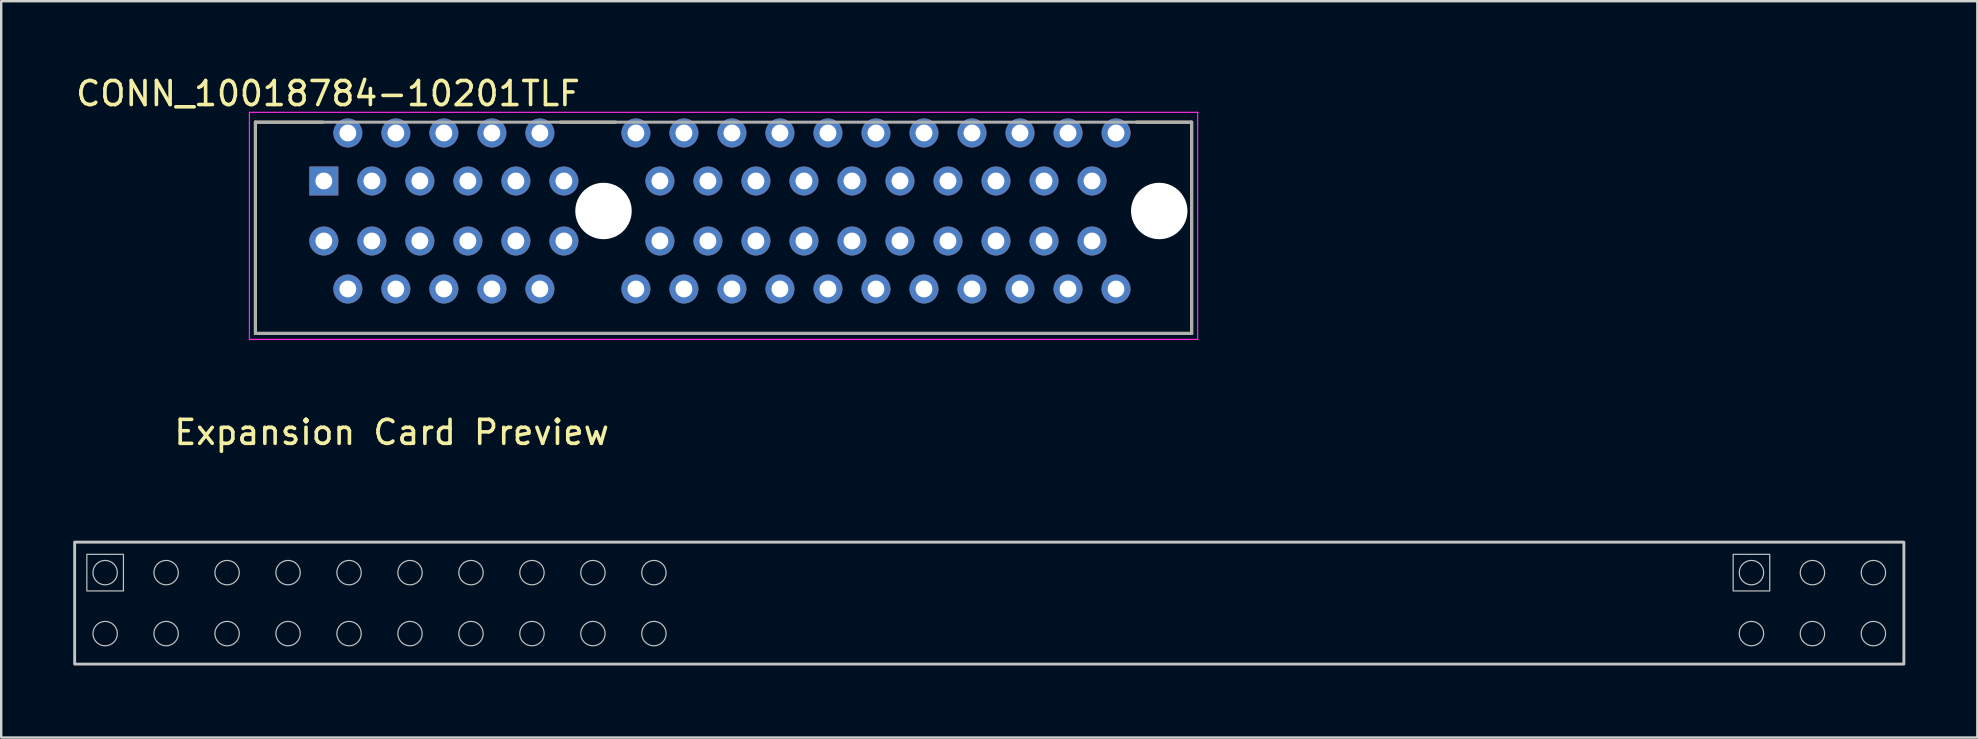
<source format=kicad_pcb>
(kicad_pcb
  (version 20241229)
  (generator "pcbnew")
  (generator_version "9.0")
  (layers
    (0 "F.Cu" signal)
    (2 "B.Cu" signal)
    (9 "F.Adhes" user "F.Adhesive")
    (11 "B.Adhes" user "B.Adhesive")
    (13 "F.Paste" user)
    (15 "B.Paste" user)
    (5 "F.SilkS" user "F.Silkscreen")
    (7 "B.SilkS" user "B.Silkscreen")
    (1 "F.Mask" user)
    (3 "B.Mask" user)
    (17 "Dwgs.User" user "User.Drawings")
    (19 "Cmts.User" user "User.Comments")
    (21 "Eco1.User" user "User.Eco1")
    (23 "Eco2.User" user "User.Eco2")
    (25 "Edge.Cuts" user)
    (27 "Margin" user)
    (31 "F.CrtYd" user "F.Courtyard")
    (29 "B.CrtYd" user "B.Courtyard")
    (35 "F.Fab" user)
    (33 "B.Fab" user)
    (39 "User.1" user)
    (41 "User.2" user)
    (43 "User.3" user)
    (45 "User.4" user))
  (footprint "CONN_10018784-10201TLF"
    (layer "F.Cu")
    (at 10.44 5.739)
    (property "Reference" "CONN_10018784-10201TLF" (at 0.175 -4.89 0) (layer "F.SilkS") (effects (font (size 1.001 1.001) (thickness 0.15))))
    (attr through_hole)
    (fp_line (start -2.85 -3.7) (end -2.85 5.1) (stroke (width 0.127) (type solid)) (layer "F.SilkS"))
    (fp_line (start -2.85 5.1) (end 36.15 5.1) (stroke (width 0.127) (type solid)) (layer "F.SilkS"))
    (fp_line (start -0.05 -3.7) (end -2.85 -3.7) (stroke (width 0.127) (type solid)) (layer "F.SilkS"))
    (fp_line (start 12.15 -3.7) (end 9.85 -3.7) (stroke (width 0.127) (type solid)) (layer "F.SilkS"))
    (fp_line (start 36.15 -3.7) (end 33.85 -3.7) (stroke (width 0.127) (type solid)) (layer "F.SilkS"))
    (fp_line (start 36.15 5.1) (end 36.15 -3.7) (stroke (width 0.127) (type solid)) (layer "F.SilkS"))
    (fp_line (start -3.1 -4.11) (end 36.4 -4.11) (stroke (width 0.05) (type solid)) (layer "F.CrtYd"))
    (fp_line (start -3.1 5.35) (end -3.1 -4.11) (stroke (width 0.05) (type solid)) (layer "F.CrtYd"))
    (fp_line (start 36.4 -4.11) (end 36.4 5.35) (stroke (width 0.05) (type solid)) (layer "F.CrtYd"))
    (fp_line (start 36.4 5.35) (end -3.1 5.35) (stroke (width 0.05) (type solid)) (layer "F.CrtYd"))
    (fp_line (start -2.85 -3.7) (end -2.85 5.1) (stroke (width 0.127) (type solid)) (layer "F.Fab"))
    (fp_line (start -2.85 5.1) (end 36.15 5.1) (stroke (width 0.127) (type solid)) (layer "F.Fab"))
    (fp_line (start 36.15 -3.7) (end -2.85 -3.7) (stroke (width 0.127) (type solid)) (layer "F.Fab"))
    (fp_line (start 36.15 5.1) (end 36.15 -3.7) (stroke (width 0.127) (type solid)) (layer "F.Fab"))
    (pad "" np_thru_hole circle (at 11.65 0) (size 2.35 2.35) (drill 2.35) (layers "*.Cu" "*.Mask"))
    (pad "" np_thru_hole circle (at 34.8 0) (size 2.35 2.35) (drill 2.35) (layers "*.Cu" "*.Mask"))
    (pad "A1" thru_hole rect (at 0 -1.25) (size 1.208 1.208) (drill 0.7) (layers "*.Cu" "*.Mask"))
    (pad "A2" thru_hole circle (at 1 -3.25) (size 1.208 1.208) (drill 0.7) (layers "*.Cu" "*.Mask"))
    (pad "A3" thru_hole circle (at 2 -1.25) (size 1.208 1.208) (drill 0.7) (layers "*.Cu" "*.Mask"))
    (pad "A4" thru_hole circle (at 3 -3.25) (size 1.208 1.208) (drill 0.7) (layers "*.Cu" "*.Mask"))
    (pad "A5" thru_hole circle (at 4 -1.25) (size 1.208 1.208) (drill 0.7) (layers "*.Cu" "*.Mask"))
    (pad "A6" thru_hole circle (at 5 -3.25) (size 1.208 1.208) (drill 0.7) (layers "*.Cu" "*.Mask"))
    (pad "A7" thru_hole circle (at 6 -1.25) (size 1.208 1.208) (drill 0.7) (layers "*.Cu" "*.Mask"))
    (pad "A8" thru_hole circle (at 7 -3.25) (size 1.208 1.208) (drill 0.7) (layers "*.Cu" "*.Mask"))
    (pad "A9" thru_hole circle (at 8 -1.25) (size 1.208 1.208) (drill 0.7) (layers "*.Cu" "*.Mask"))
    (pad "A10" thru_hole circle (at 9 -3.25) (size 1.208 1.208) (drill 0.7) (layers "*.Cu" "*.Mask"))
    (pad "A11" thru_hole circle (at 10 -1.25) (size 1.208 1.208) (drill 0.7) (layers "*.Cu" "*.Mask"))
    (pad "A12" thru_hole circle (at 13 -3.25) (size 1.208 1.208) (drill 0.7) (layers "*.Cu" "*.Mask"))
    (pad "A13" thru_hole circle (at 14 -1.25) (size 1.208 1.208) (drill 0.7) (layers "*.Cu" "*.Mask"))
    (pad "A14" thru_hole circle (at 15 -3.25) (size 1.208 1.208) (drill 0.7) (layers "*.Cu" "*.Mask"))
    (pad "A15" thru_hole circle (at 16 -1.25) (size 1.208 1.208) (drill 0.7) (layers "*.Cu" "*.Mask"))
    (pad "A16" thru_hole circle (at 17 -3.25) (size 1.208 1.208) (drill 0.7) (layers "*.Cu" "*.Mask"))
    (pad "A17" thru_hole circle (at 18 -1.25) (size 1.208 1.208) (drill 0.7) (layers "*.Cu" "*.Mask"))
    (pad "A18" thru_hole circle (at 19 -3.25) (size 1.208 1.208) (drill 0.7) (layers "*.Cu" "*.Mask"))
    (pad "A19" thru_hole circle (at 20 -1.25) (size 1.208 1.208) (drill 0.7) (layers "*.Cu" "*.Mask"))
    (pad "A20" thru_hole circle (at 21 -3.25) (size 1.208 1.208) (drill 0.7) (layers "*.Cu" "*.Mask"))
    (pad "A21" thru_hole circle (at 22 -1.25) (size 1.208 1.208) (drill 0.7) (layers "*.Cu" "*.Mask"))
    (pad "A22" thru_hole circle (at 23 -3.25) (size 1.208 1.208) (drill 0.7) (layers "*.Cu" "*.Mask"))
    (pad "A23" thru_hole circle (at 24 -1.25) (size 1.208 1.208) (drill 0.7) (layers "*.Cu" "*.Mask"))
    (pad "A24" thru_hole circle (at 25 -3.25) (size 1.208 1.208) (drill 0.7) (layers "*.Cu" "*.Mask"))
    (pad "A25" thru_hole circle (at 26 -1.25) (size 1.208 1.208) (drill 0.7) (layers "*.Cu" "*.Mask"))
    (pad "A26" thru_hole circle (at 27 -3.25) (size 1.208 1.208) (drill 0.7) (layers "*.Cu" "*.Mask"))
    (pad "A27" thru_hole circle (at 28 -1.25) (size 1.208 1.208) (drill 0.7) (layers "*.Cu" "*.Mask"))
    (pad "A28" thru_hole circle (at 29 -3.25) (size 1.208 1.208) (drill 0.7) (layers "*.Cu" "*.Mask"))
    (pad "A29" thru_hole circle (at 30 -1.25) (size 1.208 1.208) (drill 0.7) (layers "*.Cu" "*.Mask"))
    (pad "A30" thru_hole circle (at 31 -3.25) (size 1.208 1.208) (drill 0.7) (layers "*.Cu" "*.Mask"))
    (pad "A31" thru_hole circle (at 32 -1.25) (size 1.208 1.208) (drill 0.7) (layers "*.Cu" "*.Mask"))
    (pad "A32" thru_hole circle (at 33 -3.25) (size 1.208 1.208) (drill 0.7) (layers "*.Cu" "*.Mask"))
    (pad "B1" thru_hole circle (at 0 1.25) (size 1.208 1.208) (drill 0.7) (layers "*.Cu" "*.Mask"))
    (pad "B2" thru_hole circle (at 1 3.25) (size 1.208 1.208) (drill 0.7) (layers "*.Cu" "*.Mask"))
    (pad "B3" thru_hole circle (at 2 1.25) (size 1.208 1.208) (drill 0.7) (layers "*.Cu" "*.Mask"))
    (pad "B4" thru_hole circle (at 3 3.25) (size 1.208 1.208) (drill 0.7) (layers "*.Cu" "*.Mask"))
    (pad "B5" thru_hole circle (at 4 1.25) (size 1.208 1.208) (drill 0.7) (layers "*.Cu" "*.Mask"))
    (pad "B6" thru_hole circle (at 5 3.25) (size 1.208 1.208) (drill 0.7) (layers "*.Cu" "*.Mask"))
    (pad "B7" thru_hole circle (at 6 1.25) (size 1.208 1.208) (drill 0.7) (layers "*.Cu" "*.Mask"))
    (pad "B8" thru_hole circle (at 7 3.25) (size 1.208 1.208) (drill 0.7) (layers "*.Cu" "*.Mask"))
    (pad "B9" thru_hole circle (at 8 1.25) (size 1.208 1.208) (drill 0.7) (layers "*.Cu" "*.Mask"))
    (pad "B10" thru_hole circle (at 9 3.25) (size 1.208 1.208) (drill 0.7) (layers "*.Cu" "*.Mask"))
    (pad "B11" thru_hole circle (at 10 1.25) (size 1.208 1.208) (drill 0.7) (layers "*.Cu" "*.Mask"))
    (pad "B12" thru_hole circle (at 13 3.25) (size 1.208 1.208) (drill 0.7) (layers "*.Cu" "*.Mask"))
    (pad "B13" thru_hole circle (at 14 1.25) (size 1.208 1.208) (drill 0.7) (layers "*.Cu" "*.Mask"))
    (pad "B14" thru_hole circle (at 15 3.25) (size 1.208 1.208) (drill 0.7) (layers "*.Cu" "*.Mask"))
    (pad "B15" thru_hole circle (at 16 1.25) (size 1.208 1.208) (drill 0.7) (layers "*.Cu" "*.Mask"))
    (pad "B16" thru_hole circle (at 17 3.25) (size 1.208 1.208) (drill 0.7) (layers "*.Cu" "*.Mask"))
    (pad "B17" thru_hole circle (at 18 1.25) (size 1.208 1.208) (drill 0.7) (layers "*.Cu" "*.Mask"))
    (pad "B18" thru_hole circle (at 19 3.25) (size 1.208 1.208) (drill 0.7) (layers "*.Cu" "*.Mask"))
    (pad "B19" thru_hole circle (at 20 1.25) (size 1.208 1.208) (drill 0.7) (layers "*.Cu" "*.Mask"))
    (pad "B20" thru_hole circle (at 21 3.25) (size 1.208 1.208) (drill 0.7) (layers "*.Cu" "*.Mask"))
    (pad "B21" thru_hole circle (at 22 1.25) (size 1.208 1.208) (drill 0.7) (layers "*.Cu" "*.Mask"))
    (pad "B22" thru_hole circle (at 23 3.25) (size 1.208 1.208) (drill 0.7) (layers "*.Cu" "*.Mask"))
    (pad "B23" thru_hole circle (at 24 1.25) (size 1.208 1.208) (drill 0.7) (layers "*.Cu" "*.Mask"))
    (pad "B24" thru_hole circle (at 25 3.25) (size 1.208 1.208) (drill 0.7) (layers "*.Cu" "*.Mask"))
    (pad "B25" thru_hole circle (at 26 1.25) (size 1.208 1.208) (drill 0.7) (layers "*.Cu" "*.Mask"))
    (pad "B26" thru_hole circle (at 27 3.25) (size 1.208 1.208) (drill 0.7) (layers "*.Cu" "*.Mask"))
    (pad "B27" thru_hole circle (at 28 1.25) (size 1.208 1.208) (drill 0.7) (layers "*.Cu" "*.Mask"))
    (pad "B28" thru_hole circle (at 29 3.25) (size 1.208 1.208) (drill 0.7) (layers "*.Cu" "*.Mask"))
    (pad "B29" thru_hole circle (at 30 1.25) (size 1.208 1.208) (drill 0.7) (layers "*.Cu" "*.Mask"))
    (pad "B30" thru_hole circle (at 31 3.25) (size 1.208 1.208) (drill 0.7) (layers "*.Cu" "*.Mask"))
    (pad "B31" thru_hole circle (at 32 1.25) (size 1.208 1.208) (drill 0.7) (layers "*.Cu" "*.Mask"))
    (pad "B32" thru_hole circle (at 33 3.25) (size 1.208 1.208) (drill 0.7) (layers "*.Cu" "*.Mask")))
  (footprint "Expansion Card Preview"
    (layer "F.Cu")
    (at 12.76 22.074)
    (property "Reference" "Expansion Card Preview" (at 0.508 -7.112 0) (unlocked yes) (layer "F.SilkS") (effects (font (size 1 1) (thickness 0.15))))
    (fp_rect (start -12.7 -2.54) (end 63.5 2.54) (stroke (width 0.12) (type default)) (fill no) (layer "Dwgs.User"))
    (fp_rect (start -12.192 -2.032) (end -10.668 -0.508) (stroke (width 0.05) (type default)) (fill no) (layer "Dwgs.User"))
    (fp_rect (start 56.388 -2.032) (end 57.912 -0.508) (stroke (width 0.05) (type default)) (fill no) (layer "Dwgs.User"))
    (fp_circle (center -11.43 -1.27) (end -10.922 -1.27) (stroke (width 0.05) (type default)) (fill no) (layer "Dwgs.User"))
    (fp_circle (center -11.43 1.27) (end -10.922 1.27) (stroke (width 0.05) (type default)) (fill no) (layer "Dwgs.User"))
    (fp_circle (center -8.89 -1.27) (end -8.382 -1.27) (stroke (width 0.05) (type default)) (fill no) (layer "Dwgs.User"))
    (fp_circle (center -8.89 1.27) (end -8.382 1.27) (stroke (width 0.05) (type default)) (fill no) (layer "Dwgs.User"))
    (fp_circle (center -6.35 -1.27) (end -5.842 -1.27) (stroke (width 0.05) (type default)) (fill no) (layer "Dwgs.User"))
    (fp_circle (center -6.35 1.27) (end -5.842 1.27) (stroke (width 0.05) (type default)) (fill no) (layer "Dwgs.User"))
    (fp_circle (center -3.81 -1.27) (end -3.302 -1.27) (stroke (width 0.05) (type default)) (fill no) (layer "Dwgs.User"))
    (fp_circle (center -3.81 1.27) (end -3.302 1.27) (stroke (width 0.05) (type default)) (fill no) (layer "Dwgs.User"))
    (fp_circle (center -1.27 -1.27) (end -0.762 -1.27) (stroke (width 0.05) (type default)) (fill no) (layer "Dwgs.User"))
    (fp_circle (center -1.27 1.27) (end -0.762 1.27) (stroke (width 0.05) (type default)) (fill no) (layer "Dwgs.User"))
    (fp_circle (center 1.27 -1.27) (end 1.778 -1.27) (stroke (width 0.05) (type default)) (fill no) (layer "Dwgs.User"))
    (fp_circle (center 1.27 1.27) (end 1.778 1.27) (stroke (width 0.05) (type default)) (fill no) (layer "Dwgs.User"))
    (fp_circle (center 3.81 -1.27) (end 4.318 -1.27) (stroke (width 0.05) (type default)) (fill no) (layer "Dwgs.User"))
    (fp_circle (center 3.81 1.27) (end 4.318 1.27) (stroke (width 0.05) (type default)) (fill no) (layer "Dwgs.User"))
    (fp_circle (center 6.35 -1.27) (end 6.858 -1.27) (stroke (width 0.05) (type default)) (fill no) (layer "Dwgs.User"))
    (fp_circle (center 6.35 1.27) (end 6.858 1.27) (stroke (width 0.05) (type default)) (fill no) (layer "Dwgs.User"))
    (fp_circle (center 8.89 -1.27) (end 9.398 -1.27) (stroke (width 0.05) (type default)) (fill no) (layer "Dwgs.User"))
    (fp_circle (center 8.89 1.27) (end 9.398 1.27) (stroke (width 0.05) (type default)) (fill no) (layer "Dwgs.User"))
    (fp_circle (center 11.43 -1.27) (end 11.938 -1.27) (stroke (width 0.05) (type default)) (fill no) (layer "Dwgs.User"))
    (fp_circle (center 11.43 1.27) (end 11.938 1.27) (stroke (width 0.05) (type default)) (fill no) (layer "Dwgs.User"))
    (fp_circle (center 57.15 -1.27) (end 57.658 -1.27) (stroke (width 0.05) (type default)) (fill no) (layer "Dwgs.User"))
    (fp_circle (center 57.15 1.27) (end 57.658 1.27) (stroke (width 0.05) (type default)) (fill no) (layer "Dwgs.User"))
    (fp_circle (center 59.69 -1.27) (end 60.198 -1.27) (stroke (width 0.05) (type default)) (fill no) (layer "Dwgs.User"))
    (fp_circle (center 59.69 1.27) (end 60.198 1.27) (stroke (width 0.05) (type default)) (fill no) (layer "Dwgs.User"))
    (fp_circle (center 62.23 -1.27) (end 62.738 -1.27) (stroke (width 0.05) (type default)) (fill no) (layer "Dwgs.User"))
    (fp_circle (center 62.23 1.27) (end 62.738 1.27) (stroke (width 0.05) (type default)) (fill no) (layer "Dwgs.User")))
  (gr_rect
    (start -3 -3)
    (end 79.32 27.674)
    (stroke (width 0.1) (type default))
    (fill no)
    (layer "Edge.Cuts")))
</source>
